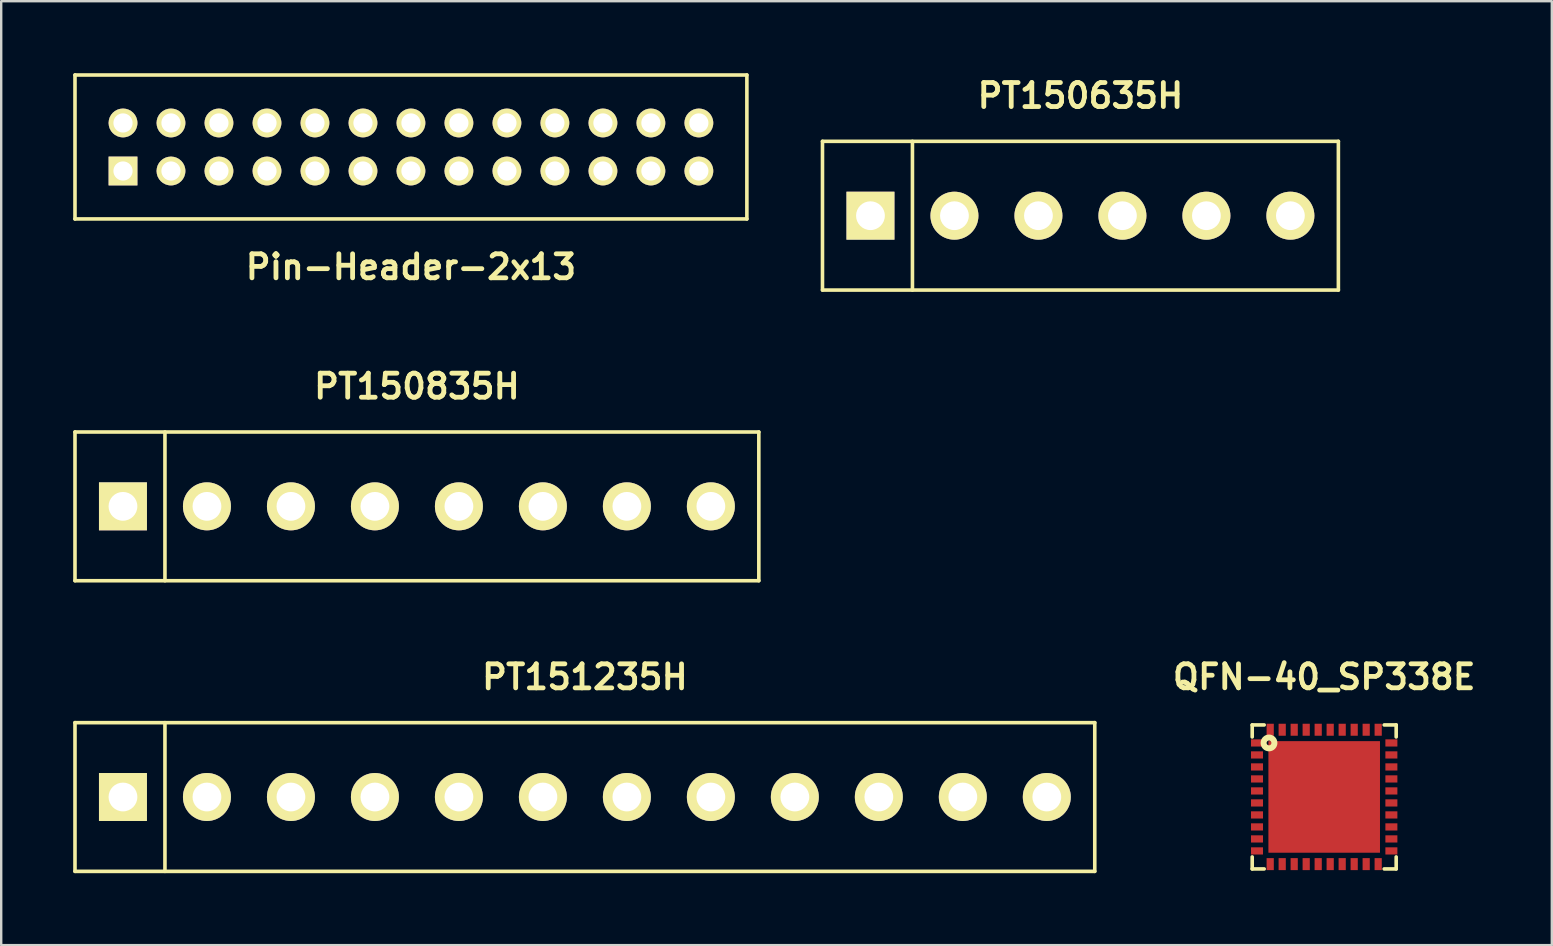
<source format=kicad_pcb>
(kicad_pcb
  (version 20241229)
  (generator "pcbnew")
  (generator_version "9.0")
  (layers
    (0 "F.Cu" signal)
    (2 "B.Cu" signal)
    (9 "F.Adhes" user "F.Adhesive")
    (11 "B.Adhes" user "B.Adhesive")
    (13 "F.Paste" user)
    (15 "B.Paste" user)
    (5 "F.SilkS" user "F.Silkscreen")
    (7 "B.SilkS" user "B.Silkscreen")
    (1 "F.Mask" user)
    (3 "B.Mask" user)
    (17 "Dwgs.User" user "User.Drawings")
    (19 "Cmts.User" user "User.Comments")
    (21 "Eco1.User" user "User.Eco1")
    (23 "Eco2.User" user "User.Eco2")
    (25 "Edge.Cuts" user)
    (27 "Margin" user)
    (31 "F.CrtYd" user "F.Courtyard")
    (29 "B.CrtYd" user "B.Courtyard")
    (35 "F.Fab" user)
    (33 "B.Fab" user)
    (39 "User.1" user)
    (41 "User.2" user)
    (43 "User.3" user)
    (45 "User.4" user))
  (footprint "PT150835H"
    (layer "F.Cu")
    (at 14.324 18.051)
    (property "Reference" "PT150835H" (at 0 -5.001 0) (layer "F.SilkS") (effects (font (size 1.001 1.001) (thickness 0.201))))
    (attr through_hole)
    (fp_line (start -14.249 -3.099) (end -14.249 3.099) (stroke (width 0.15) (type solid)) (layer "F.SilkS"))
    (fp_line (start -14.249 -3.099) (end 14.249 -3.099) (stroke (width 0.15) (type solid)) (layer "F.SilkS"))
    (fp_line (start -14.249 3.099) (end 14.249 3.099) (stroke (width 0.15) (type solid)) (layer "F.SilkS"))
    (fp_line (start -10.5 -3.099) (end -10.5 3.099) (stroke (width 0.15) (type solid)) (layer "F.SilkS"))
    (fp_line (start 14.249 -3.099) (end 14.249 3.099) (stroke (width 0.15) (type solid)) (layer "F.SilkS"))
    (pad "1" thru_hole rect (at -12.25 0) (size 1.999 1.999) (drill 1.199) (layers "*.Cu" "*.Mask" "F.SilkS"))
    (pad "2" thru_hole circle (at -8.75 0) (size 1.999 1.999) (drill 1.199) (layers "*.Cu" "*.Mask" "F.SilkS"))
    (pad "3" thru_hole circle (at -5.25 0) (size 1.999 1.999) (drill 1.199) (layers "*.Cu" "*.Mask" "F.SilkS"))
    (pad "4" thru_hole circle (at -1.75 0) (size 1.999 1.999) (drill 1.199) (layers "*.Cu" "*.Mask" "F.SilkS"))
    (pad "5" thru_hole circle (at 1.75 0) (size 1.999 1.999) (drill 1.199) (layers "*.Cu" "*.Mask" "F.SilkS"))
    (pad "6" thru_hole circle (at 5.25 0) (size 1.999 1.999) (drill 1.199) (layers "*.Cu" "*.Mask" "F.SilkS"))
    (pad "7" thru_hole circle (at 8.75 0) (size 1.999 1.999) (drill 1.199) (layers "*.Cu" "*.Mask" "F.SilkS"))
    (pad "8" thru_hole circle (at 12.25 0) (size 1.999 1.999) (drill 1.199) (layers "*.Cu" "*.Mask" "F.SilkS")))
  (footprint "PT150635H"
    (layer "F.Cu")
    (at 41.975 5.939)
    (property "Reference" "PT150635H" (at 0 -5.001 0) (layer "F.SilkS") (effects (font (size 1.001 1.001) (thickness 0.201))))
    (attr through_hole)
    (fp_line (start -10.749 -3.099) (end -10.749 3.099) (stroke (width 0.15) (type solid)) (layer "F.SilkS"))
    (fp_line (start -10.749 -3.099) (end 10.75 -3.099) (stroke (width 0.15) (type solid)) (layer "F.SilkS"))
    (fp_line (start -10.749 3.099) (end 10.75 3.099) (stroke (width 0.15) (type solid)) (layer "F.SilkS"))
    (fp_line (start -7 -3.099) (end -7 3.099) (stroke (width 0.15) (type solid)) (layer "F.SilkS"))
    (fp_line (start 10.75 -3.099) (end 10.75 3.099) (stroke (width 0.15) (type solid)) (layer "F.SilkS"))
    (pad "1" thru_hole rect (at -8.75 0) (size 1.999 1.999) (drill 1.199) (layers "*.Cu" "*.Mask" "F.SilkS"))
    (pad "2" thru_hole circle (at -5.25 0) (size 1.999 1.999) (drill 1.199) (layers "*.Cu" "*.Mask" "F.SilkS"))
    (pad "3" thru_hole circle (at -1.75 0) (size 1.999 1.999) (drill 1.199) (layers "*.Cu" "*.Mask" "F.SilkS"))
    (pad "4" thru_hole circle (at 1.75 0) (size 1.999 1.999) (drill 1.199) (layers "*.Cu" "*.Mask" "F.SilkS"))
    (pad "5" thru_hole circle (at 5.25 0) (size 1.999 1.999) (drill 1.199) (layers "*.Cu" "*.Mask" "F.SilkS"))
    (pad "6" thru_hole circle (at 8.75 0) (size 1.999 1.999) (drill 1.199) (layers "*.Cu" "*.Mask" "F.SilkS")))
  (footprint "Pin-Header-2x13"
    (layer "F.Cu")
    (at 14.075 3.075)
    (property "Reference" "Pin-Header-2x13" (at 0 5 0) (layer "F.SilkS") (effects (font (size 1.001 1.001) (thickness 0.201))))
    (attr through_hole)
    (fp_line (start -14 -3) (end -14 3) (stroke (width 0.15) (type solid)) (layer "F.SilkS"))
    (fp_line (start -14 -3) (end 14 -3) (stroke (width 0.15) (type solid)) (layer "F.SilkS"))
    (fp_line (start -14 3) (end 14 3) (stroke (width 0.15) (type solid)) (layer "F.SilkS"))
    (fp_line (start 14 -3) (end 14 3) (stroke (width 0.15) (type solid)) (layer "F.SilkS"))
    (pad "1" thru_hole rect (at -11.999 1.001) (size 1.2 1.2) (drill 0.8) (layers "*.Cu" "*.Mask" "F.SilkS"))
    (pad "2" thru_hole circle (at -11.999 -1.001) (size 1.2 1.2) (drill 0.8) (layers "*.Cu" "*.Mask" "F.SilkS"))
    (pad "3" thru_hole circle (at -10 1.001) (size 1.2 1.2) (drill 0.8) (layers "*.Cu" "*.Mask" "F.SilkS"))
    (pad "4" thru_hole circle (at -10 -1.001) (size 1.2 1.2) (drill 0.8) (layers "*.Cu" "*.Mask" "F.SilkS"))
    (pad "5" thru_hole circle (at -8.001 1.001) (size 1.2 1.2) (drill 0.8) (layers "*.Cu" "*.Mask" "F.SilkS"))
    (pad "6" thru_hole circle (at -8.001 -1.001) (size 1.2 1.2) (drill 0.8) (layers "*.Cu" "*.Mask" "F.SilkS"))
    (pad "7" thru_hole circle (at -5.999 1.001) (size 1.2 1.2) (drill 0.8) (layers "*.Cu" "*.Mask" "F.SilkS"))
    (pad "8" thru_hole circle (at -5.999 -1.001) (size 1.2 1.2) (drill 0.8) (layers "*.Cu" "*.Mask" "F.SilkS"))
    (pad "9" thru_hole circle (at -4 1.001) (size 1.2 1.2) (drill 0.8) (layers "*.Cu" "*.Mask" "F.SilkS"))
    (pad "10" thru_hole circle (at -4 -1.001) (size 1.2 1.2) (drill 0.8) (layers "*.Cu" "*.Mask" "F.SilkS"))
    (pad "11" thru_hole circle (at -1.999 1.001) (size 1.2 1.2) (drill 0.8) (layers "*.Cu" "*.Mask" "F.SilkS"))
    (pad "12" thru_hole circle (at -1.999 -1.001) (size 1.2 1.2) (drill 0.8) (layers "*.Cu" "*.Mask" "F.SilkS"))
    (pad "13" thru_hole circle (at 0 1.001) (size 1.2 1.2) (drill 0.8) (layers "*.Cu" "*.Mask" "F.SilkS"))
    (pad "14" thru_hole circle (at 0 -1.001) (size 1.2 1.2) (drill 0.8) (layers "*.Cu" "*.Mask" "F.SilkS"))
    (pad "15" thru_hole circle (at 1.999 1.001) (size 1.2 1.2) (drill 0.8) (layers "*.Cu" "*.Mask" "F.SilkS"))
    (pad "16" thru_hole circle (at 1.999 -1.001) (size 1.2 1.2) (drill 0.8) (layers "*.Cu" "*.Mask" "F.SilkS"))
    (pad "17" thru_hole circle (at 4 1.001) (size 1.2 1.2) (drill 0.8) (layers "*.Cu" "*.Mask" "F.SilkS"))
    (pad "18" thru_hole circle (at 4 -1.001) (size 1.2 1.2) (drill 0.8) (layers "*.Cu" "*.Mask" "F.SilkS"))
    (pad "19" thru_hole circle (at 5.999 1.001) (size 1.2 1.2) (drill 0.8) (layers "*.Cu" "*.Mask" "F.SilkS"))
    (pad "20" thru_hole circle (at 5.999 -1.001) (size 1.2 1.2) (drill 0.8) (layers "*.Cu" "*.Mask" "F.SilkS"))
    (pad "21" thru_hole circle (at 8.001 1.001) (size 1.2 1.2) (drill 0.8) (layers "*.Cu" "*.Mask" "F.SilkS"))
    (pad "22" thru_hole circle (at 8.001 -1.001) (size 1.2 1.2) (drill 0.8) (layers "*.Cu" "*.Mask" "F.SilkS"))
    (pad "23" thru_hole circle (at 10 1.001) (size 1.2 1.2) (drill 0.8) (layers "*.Cu" "*.Mask" "F.SilkS"))
    (pad "24" thru_hole circle (at 10 -1.001) (size 1.2 1.2) (drill 0.8) (layers "*.Cu" "*.Mask" "F.SilkS"))
    (pad "25" thru_hole circle (at 11.999 1.001) (size 1.2 1.2) (drill 0.8) (layers "*.Cu" "*.Mask" "F.SilkS"))
    (pad "26" thru_hole circle (at 11.999 -1.001) (size 1.2 1.2) (drill 0.8) (layers "*.Cu" "*.Mask" "F.SilkS")))
  (footprint "PT151235H"
    (layer "F.Cu")
    (at 21.324 30.164)
    (property "Reference" "PT151235H" (at 0 -5.001 0) (layer "F.SilkS") (effects (font (size 1.001 1.001) (thickness 0.201))))
    (attr through_hole)
    (fp_line (start -21.249 -3.099) (end -21.249 3.099) (stroke (width 0.15) (type solid)) (layer "F.SilkS"))
    (fp_line (start -21.249 -3.099) (end 21.249 -3.099) (stroke (width 0.15) (type solid)) (layer "F.SilkS"))
    (fp_line (start -21.249 3.099) (end 21.249 3.099) (stroke (width 0.15) (type solid)) (layer "F.SilkS"))
    (fp_line (start -17.5 -3.099) (end -17.5 3.099) (stroke (width 0.15) (type solid)) (layer "F.SilkS"))
    (fp_line (start 21.249 -3.099) (end 21.249 3.099) (stroke (width 0.15) (type solid)) (layer "F.SilkS"))
    (pad "1" thru_hole rect (at -19.25 0) (size 1.999 1.999) (drill 1.199) (layers "*.Cu" "*.Mask" "F.SilkS"))
    (pad "2" thru_hole circle (at -15.75 0) (size 1.999 1.999) (drill 1.199) (layers "*.Cu" "*.Mask" "F.SilkS"))
    (pad "3" thru_hole circle (at -12.25 0) (size 1.999 1.999) (drill 1.199) (layers "*.Cu" "*.Mask" "F.SilkS"))
    (pad "4" thru_hole circle (at -8.75 0) (size 1.999 1.999) (drill 1.199) (layers "*.Cu" "*.Mask" "F.SilkS"))
    (pad "5" thru_hole circle (at -5.25 0) (size 1.999 1.999) (drill 1.199) (layers "*.Cu" "*.Mask" "F.SilkS"))
    (pad "6" thru_hole circle (at -1.75 0) (size 1.999 1.999) (drill 1.199) (layers "*.Cu" "*.Mask" "F.SilkS"))
    (pad "7" thru_hole circle (at 1.75 0) (size 1.999 1.999) (drill 1.199) (layers "*.Cu" "*.Mask" "F.SilkS"))
    (pad "8" thru_hole circle (at 5.25 0) (size 1.999 1.999) (drill 1.199) (layers "*.Cu" "*.Mask" "F.SilkS"))
    (pad "9" thru_hole circle (at 8.75 0) (size 1.999 1.999) (drill 1.199) (layers "*.Cu" "*.Mask" "F.SilkS"))
    (pad "10" thru_hole circle (at 12.25 0) (size 1.999 1.999) (drill 1.199) (layers "*.Cu" "*.Mask" "F.SilkS"))
    (pad "11" thru_hole circle (at 15.75 0) (size 1.999 1.999) (drill 1.199) (layers "*.Cu" "*.Mask" "F.SilkS"))
    (pad "12" thru_hole circle (at 19.25 0) (size 1.999 1.999) (drill 1.199) (layers "*.Cu" "*.Mask" "F.SilkS")))
  (footprint "QFN-40_SP338E"
    (layer "F.Cu")
    (at 52.134 30.161)
    (property "Reference" "QFN-40_SP338E" (at 0 -5 0) (layer "F.SilkS") (effects (font (size 1 1) (thickness 0.2))))
    (attr through_hole)
    (fp_line (start -3 -3) (end -3 -2.5) (stroke (width 0.15) (type solid)) (layer "F.SilkS"))
    (fp_line (start -3 2.5) (end -3 3) (stroke (width 0.15) (type solid)) (layer "F.SilkS"))
    (fp_line (start -3 3) (end -2.5 3) (stroke (width 0.15) (type solid)) (layer "F.SilkS"))
    (fp_line (start -2.5 -3) (end -3 -3) (stroke (width 0.15) (type solid)) (layer "F.SilkS"))
    (fp_line (start 2.5 3) (end 3 3) (stroke (width 0.15) (type solid)) (layer "F.SilkS"))
    (fp_line (start 3 -3) (end 2.5 -3) (stroke (width 0.15) (type solid)) (layer "F.SilkS"))
    (fp_line (start 3 -2.5) (end 3 -3) (stroke (width 0.15) (type solid)) (layer "F.SilkS"))
    (fp_line (start 3 3) (end 3 2.5) (stroke (width 0.15) (type solid)) (layer "F.SilkS"))
    (fp_circle (center -2.3 -2.25) (end -2.3 -2.15) (stroke (width 0.25) (type solid)) (fill no) (layer "F.SilkS"))
    (pad "1" smd rect (at -2.8 -2.25) (size 0.5 0.3) (layers "F.Cu" "F.Mask" "F.Paste"))
    (pad "2" smd rect (at -2.8 -1.75) (size 0.5 0.3) (layers "F.Cu" "F.Mask" "F.Paste"))
    (pad "3" smd rect (at -2.8 -1.25) (size 0.5 0.3) (layers "F.Cu" "F.Mask" "F.Paste"))
    (pad "4" smd rect (at -2.8 -0.75) (size 0.5 0.3) (layers "F.Cu" "F.Mask" "F.Paste"))
    (pad "5" smd rect (at -2.8 -0.25) (size 0.5 0.3) (layers "F.Cu" "F.Mask" "F.Paste"))
    (pad "6" smd rect (at -2.8 0.25) (size 0.5 0.3) (layers "F.Cu" "F.Mask" "F.Paste"))
    (pad "7" smd rect (at -2.8 0.75) (size 0.5 0.3) (layers "F.Cu" "F.Mask" "F.Paste"))
    (pad "8" smd rect (at -2.8 1.25) (size 0.5 0.3) (layers "F.Cu" "F.Mask" "F.Paste"))
    (pad "9" smd rect (at -2.8 1.75) (size 0.5 0.3) (layers "F.Cu" "F.Mask" "F.Paste"))
    (pad "10" smd rect (at -2.8 2.25) (size 0.5 0.3) (layers "F.Cu" "F.Mask" "F.Paste"))
    (pad "11" smd rect (at -2.25 2.8) (size 0.3 0.5) (layers "F.Cu" "F.Mask" "F.Paste"))
    (pad "12" smd rect (at -1.75 2.8) (size 0.3 0.5) (layers "F.Cu" "F.Mask" "F.Paste"))
    (pad "13" smd rect (at -1.25 2.8) (size 0.3 0.5) (layers "F.Cu" "F.Mask" "F.Paste"))
    (pad "14" smd rect (at -0.75 2.8) (size 0.3 0.5) (layers "F.Cu" "F.Mask" "F.Paste"))
    (pad "15" smd rect (at -0.25 2.8) (size 0.3 0.5) (layers "F.Cu" "F.Mask" "F.Paste"))
    (pad "16" smd rect (at 0.25 2.8) (size 0.3 0.5) (layers "F.Cu" "F.Mask" "F.Paste"))
    (pad "17" smd rect (at 0.75 2.8) (size 0.3 0.5) (layers "F.Cu" "F.Mask" "F.Paste"))
    (pad "18" smd rect (at 1.25 2.8) (size 0.3 0.5) (layers "F.Cu" "F.Mask" "F.Paste"))
    (pad "19" smd rect (at 1.75 2.8) (size 0.3 0.5) (layers "F.Cu" "F.Mask" "F.Paste"))
    (pad "20" smd rect (at 2.25 2.8) (size 0.3 0.5) (layers "F.Cu" "F.Mask" "F.Paste"))
    (pad "21" smd rect (at 2.8 2.25) (size 0.5 0.3) (layers "F.Cu" "F.Mask" "F.Paste"))
    (pad "22" smd rect (at 2.8 1.75) (size 0.5 0.3) (layers "F.Cu" "F.Mask" "F.Paste"))
    (pad "23" smd rect (at 2.8 1.25) (size 0.5 0.3) (layers "F.Cu" "F.Mask" "F.Paste"))
    (pad "24" smd rect (at 2.8 0.75) (size 0.5 0.3) (layers "F.Cu" "F.Mask" "F.Paste"))
    (pad "25" smd rect (at 2.8 0.25) (size 0.5 0.3) (layers "F.Cu" "F.Mask" "F.Paste"))
    (pad "26" smd rect (at 2.8 -0.25) (size 0.5 0.3) (layers "F.Cu" "F.Mask" "F.Paste"))
    (pad "27" smd rect (at 2.8 -0.75) (size 0.5 0.3) (layers "F.Cu" "F.Mask" "F.Paste"))
    (pad "28" smd rect (at 2.8 -1.25) (size 0.5 0.3) (layers "F.Cu" "F.Mask" "F.Paste"))
    (pad "29" smd rect (at 2.8 -1.75) (size 0.5 0.3) (layers "F.Cu" "F.Mask" "F.Paste"))
    (pad "30" smd rect (at 2.8 -2.25) (size 0.5 0.3) (layers "F.Cu" "F.Mask" "F.Paste"))
    (pad "31" smd rect (at 2.25 -2.8) (size 0.3 0.5) (layers "F.Cu" "F.Mask" "F.Paste"))
    (pad "32" smd rect (at 1.75 -2.8) (size 0.3 0.5) (layers "F.Cu" "F.Mask" "F.Paste"))
    (pad "33" smd rect (at 1.25 -2.8) (size 0.3 0.5) (layers "F.Cu" "F.Mask" "F.Paste"))
    (pad "34" smd rect (at 0.75 -2.8) (size 0.3 0.5) (layers "F.Cu" "F.Mask" "F.Paste"))
    (pad "35" smd rect (at 0.25 -2.8) (size 0.3 0.5) (layers "F.Cu" "F.Mask" "F.Paste"))
    (pad "36" smd rect (at -0.25 -2.8) (size 0.3 0.5) (layers "F.Cu" "F.Mask" "F.Paste"))
    (pad "37" smd rect (at -0.75 -2.8) (size 0.3 0.5) (layers "F.Cu" "F.Mask" "F.Paste"))
    (pad "38" smd rect (at -1.25 -2.8) (size 0.3 0.5) (layers "F.Cu" "F.Mask" "F.Paste"))
    (pad "39" smd rect (at -1.75 -2.8) (size 0.3 0.5) (layers "F.Cu" "F.Mask" "F.Paste"))
    (pad "40" smd rect (at -2.25 -2.8) (size 0.3 0.5) (layers "F.Cu" "F.Mask" "F.Paste"))
    (pad "41" smd rect (at 0 0) (size 4.65 4.65) (layers "F.Cu" "F.Mask" "F.Paste")))
  (gr_rect
    (start -3 -3)
    (end 61.62 36.338)
    (stroke (width 0.1) (type default))
    (fill no)
    (layer "Edge.Cuts")))
</source>
